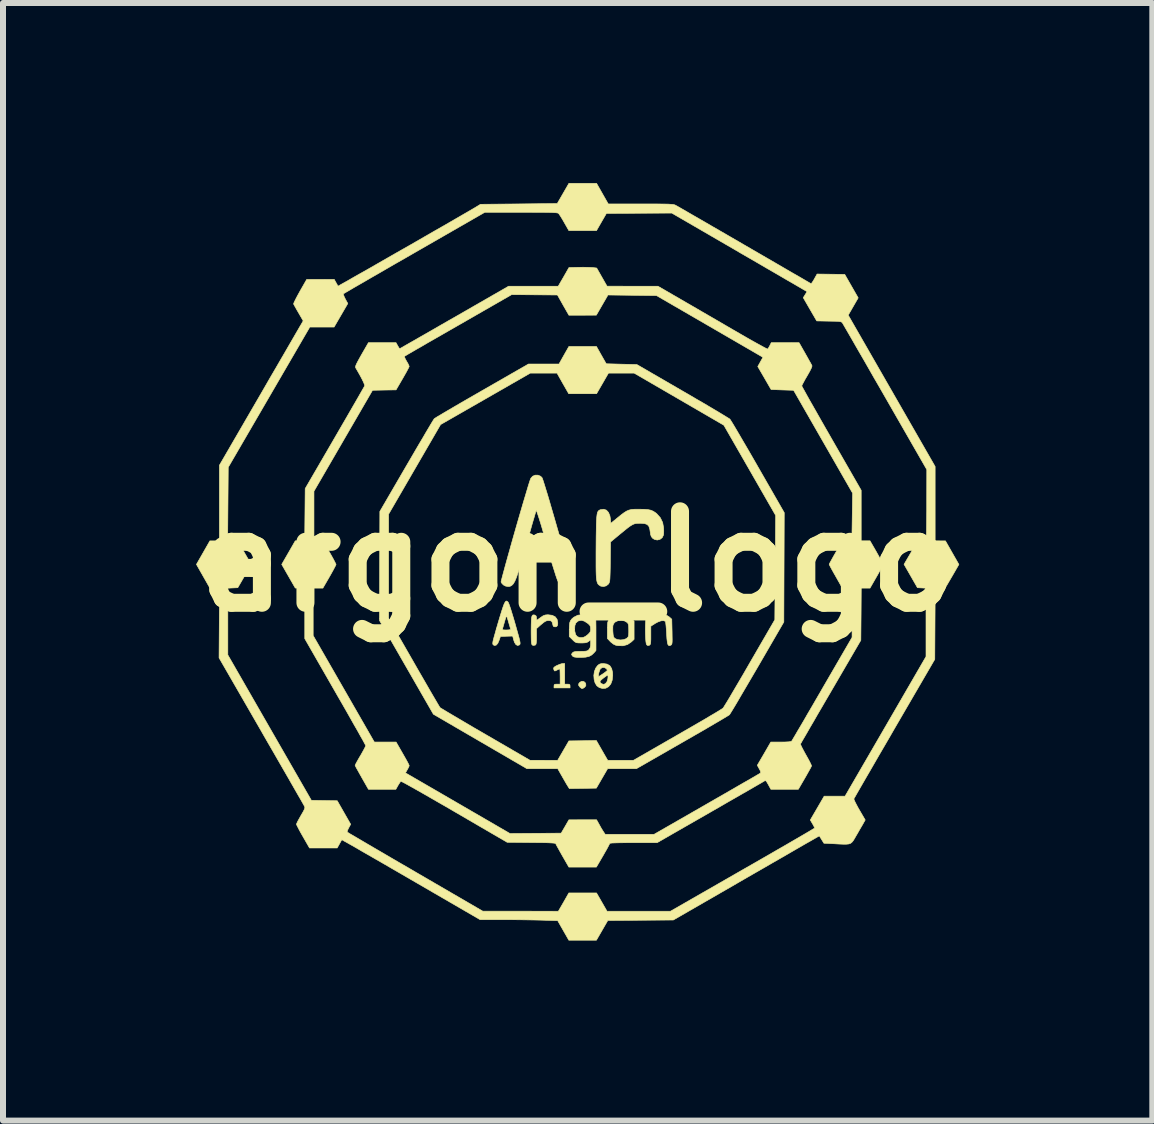
<source format=kicad_pcb>
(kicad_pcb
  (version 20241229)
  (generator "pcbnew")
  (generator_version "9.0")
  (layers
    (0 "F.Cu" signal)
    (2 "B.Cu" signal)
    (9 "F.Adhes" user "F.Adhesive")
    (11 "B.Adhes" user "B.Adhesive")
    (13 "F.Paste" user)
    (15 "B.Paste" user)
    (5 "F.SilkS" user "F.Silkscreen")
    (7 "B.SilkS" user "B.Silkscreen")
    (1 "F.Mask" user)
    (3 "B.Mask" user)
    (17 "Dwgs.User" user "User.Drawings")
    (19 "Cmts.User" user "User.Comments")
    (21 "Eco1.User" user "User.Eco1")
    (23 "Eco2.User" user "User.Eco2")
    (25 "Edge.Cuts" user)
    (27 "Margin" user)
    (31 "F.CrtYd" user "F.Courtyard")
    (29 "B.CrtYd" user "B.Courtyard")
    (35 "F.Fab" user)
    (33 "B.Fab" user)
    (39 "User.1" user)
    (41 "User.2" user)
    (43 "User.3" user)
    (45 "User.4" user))
  (footprint "argon_logo"
    (layer "F.Cu")
    (at 6.575 6.304)
    (property "Reference" "argon_logo" (at 0 0 0) (layer "F.SilkS") (effects (font (size 1.524 1.524) (thickness 0.3))))
    (attr through_hole)
    (fp_poly (pts (xy 0.104 2.002) (xy 0.129 2.025) (xy 0.135 2.041) (xy 0.136 2.071) (xy 0.117 2.096) (xy 0.115 2.098) (xy 0.086 2.117) (xy 0.065 2.117) (xy 0.041 2.098) (xy 0.038 2.095) (xy 0.016 2.065) (xy 0.018 2.037) (xy 0.038 2.013) (xy 0.071 1.997) (xy 0.104 2.002)) (stroke (width 0.01) (type solid)) (fill yes) (layer "F.SilkS"))
    (fp_poly (pts (xy -0.216 2.045) (xy -0.171 2.045) (xy -0.141 2.047) (xy -0.129 2.058) (xy -0.127 2.076) (xy -0.127 2.108) (xy -0.394 2.108) (xy -0.394 2.076) (xy -0.391 2.056) (xy -0.378 2.047) (xy -0.347 2.045) (xy -0.343 2.045) (xy -0.292 2.045) (xy -0.292 1.918) (xy -0.293 1.864) (xy -0.294 1.822) (xy -0.297 1.796) (xy -0.299 1.791) (xy -0.314 1.796) (xy -0.341 1.809) (xy -0.345 1.811) (xy -0.373 1.824) (xy -0.387 1.824) (xy -0.395 1.807) (xy -0.399 1.794) (xy -0.401 1.777) (xy -0.391 1.762) (xy -0.364 1.744) (xy -0.344 1.734) (xy -0.302 1.716) (xy -0.265 1.704) (xy -0.248 1.702) (xy -0.216 1.702) (xy -0.216 2.045)) (stroke (width 0.01) (type solid)) (fill yes) (layer "F.SilkS"))
    (fp_poly (pts (xy -0.425 0.898) (xy -0.374 0.923) (xy -0.343 0.964) (xy -0.332 1.02) (xy -0.332 1.043) (xy -0.339 1.073) (xy -0.355 1.087) (xy -0.371 1.09) (xy -0.397 1.088) (xy -0.41 1.071) (xy -0.413 1.058) (xy -0.423 1.02) (xy -0.432 1.001) (xy -0.447 0.991) (xy -0.465 0.987) (xy -0.497 0.985) (xy -0.528 0.993) (xy -0.563 1.014) (xy -0.608 1.051) (xy -0.619 1.06) (xy -0.686 1.12) (xy -0.686 1.251) (xy -0.686 1.312) (xy -0.689 1.352) (xy -0.693 1.377) (xy -0.701 1.39) (xy -0.708 1.395) (xy -0.741 1.4) (xy -0.753 1.395) (xy -0.761 1.389) (xy -0.766 1.376) (xy -0.77 1.354) (xy -0.773 1.319) (xy -0.774 1.268) (xy -0.775 1.197) (xy -0.775 1.15) (xy -0.774 1.06) (xy -0.772 0.992) (xy -0.769 0.944) (xy -0.762 0.913) (xy -0.752 0.896) (xy -0.737 0.891) (xy -0.718 0.893) (xy -0.712 0.895) (xy -0.691 0.911) (xy -0.686 0.941) (xy -0.684 0.967) (xy -0.68 0.978) (xy -0.667 0.971) (xy -0.641 0.952) (xy -0.615 0.933) (xy -0.575 0.906) (xy -0.54 0.893) (xy -0.499 0.889) (xy -0.494 0.889) (xy -0.425 0.898)) (stroke (width 0.01) (type solid)) (fill yes) (layer "F.SilkS"))
    (fp_poly (pts (xy 1.488 0.901) (xy 1.527 0.926) (xy 1.568 0.963) (xy 1.573 1.173) (xy 1.574 1.25) (xy 1.575 1.306) (xy 1.574 1.344) (xy 1.571 1.369) (xy 1.566 1.383) (xy 1.558 1.392) (xy 1.552 1.396) (xy 1.531 1.404) (xy 1.514 1.399) (xy 1.502 1.381) (xy 1.494 1.345) (xy 1.487 1.29) (xy 1.482 1.213) (xy 1.481 1.192) (xy 1.477 1.126) (xy 1.472 1.069) (xy 1.467 1.026) (xy 1.463 1.002) (xy 1.461 0.999) (xy 1.432 0.987) (xy 1.389 0.99) (xy 1.337 1.009) (xy 1.292 1.033) (xy 1.219 1.08) (xy 1.219 1.232) (xy 1.219 1.297) (xy 1.217 1.341) (xy 1.214 1.369) (xy 1.208 1.385) (xy 1.199 1.394) (xy 1.195 1.397) (xy 1.169 1.402) (xy 1.15 1.39) (xy 1.142 1.369) (xy 1.136 1.329) (xy 1.132 1.274) (xy 1.129 1.209) (xy 1.128 1.14) (xy 1.129 1.071) (xy 1.132 1.007) (xy 1.136 0.955) (xy 1.142 0.918) (xy 1.149 0.902) (xy 1.178 0.89) (xy 1.203 0.9) (xy 1.217 0.929) (xy 1.217 0.931) (xy 1.221 0.966) (xy 1.288 0.928) (xy 1.361 0.896) (xy 1.428 0.887) (xy 1.488 0.901)) (stroke (width 0.01) (type solid)) (fill yes) (layer "F.SilkS"))
    (fp_poly (pts (xy 0.49 1.711) (xy 0.536 1.738) (xy 0.566 1.785) (xy 0.582 1.851) (xy 0.584 1.901) (xy 0.575 1.98) (xy 0.552 2.042) (xy 0.515 2.087) (xy 0.468 2.113) (xy 0.412 2.117) (xy 0.36 2.102) (xy 0.319 2.072) (xy 0.29 2.024) (xy 0.287 2.014) (xy 0.373 2.014) (xy 0.389 2.032) (xy 0.395 2.036) (xy 0.43 2.049) (xy 0.462 2.038) (xy 0.488 2.004) (xy 0.491 1.997) (xy 0.502 1.959) (xy 0.506 1.925) (xy 0.506 1.922) (xy 0.502 1.891) (xy 0.435 1.939) (xy 0.394 1.972) (xy 0.374 1.995) (xy 0.373 2.014) (xy 0.287 2.014) (xy 0.274 1.965) (xy 0.27 1.91) (xy 0.346 1.91) (xy 0.349 1.918) (xy 0.363 1.911) (xy 0.391 1.893) (xy 0.426 1.87) (xy 0.461 1.845) (xy 0.486 1.824) (xy 0.495 1.814) (xy 0.487 1.799) (xy 0.475 1.785) (xy 0.442 1.767) (xy 0.407 1.77) (xy 0.378 1.791) (xy 0.376 1.794) (xy 0.365 1.82) (xy 0.354 1.853) (xy 0.347 1.886) (xy 0.346 1.91) (xy 0.27 1.91) (xy 0.269 1.901) (xy 0.278 1.837) (xy 0.3 1.779) (xy 0.33 1.738) (xy 0.359 1.714) (xy 0.39 1.704) (xy 0.428 1.702) (xy 0.49 1.711)) (stroke (width 0.01) (type solid)) (fill yes) (layer "F.SilkS"))
    (fp_poly (pts (xy 0.782 0.892) (xy 0.826 0.903) (xy 0.865 0.927) (xy 0.899 0.957) (xy 0.94 0.996) (xy 0.94 1.299) (xy 0.895 1.341) (xy 0.831 1.385) (xy 0.757 1.406) (xy 0.672 1.404) (xy 0.635 1.397) (xy 0.595 1.378) (xy 0.553 1.345) (xy 0.543 1.335) (xy 0.495 1.284) (xy 0.495 1.144) (xy 0.496 1.107) (xy 0.585 1.107) (xy 0.586 1.16) (xy 0.59 1.212) (xy 0.595 1.246) (xy 0.604 1.267) (xy 0.62 1.283) (xy 0.621 1.284) (xy 0.66 1.302) (xy 0.712 1.309) (xy 0.765 1.304) (xy 0.81 1.287) (xy 0.817 1.282) (xy 0.834 1.267) (xy 0.844 1.251) (xy 0.849 1.226) (xy 0.851 1.186) (xy 0.851 1.149) (xy 0.85 1.094) (xy 0.847 1.059) (xy 0.839 1.036) (xy 0.827 1.02) (xy 0.825 1.018) (xy 0.781 0.992) (xy 0.728 0.982) (xy 0.674 0.987) (xy 0.628 1.008) (xy 0.608 1.027) (xy 0.595 1.048) (xy 0.587 1.072) (xy 0.585 1.107) (xy 0.496 1.107) (xy 0.496 1.082) (xy 0.498 1.04) (xy 0.502 1.011) (xy 0.51 0.991) (xy 0.522 0.973) (xy 0.527 0.968) (xy 0.578 0.923) (xy 0.642 0.897) (xy 0.722 0.889) (xy 0.723 0.889) (xy 0.782 0.892)) (stroke (width 0.01) (type solid)) (fill yes) (layer "F.SilkS"))
    (fp_poly (pts (xy -1.172 0.666) (xy -1.158 0.68) (xy -1.149 0.699) (xy -1.134 0.739) (xy -1.115 0.796) (xy -1.093 0.868) (xy -1.068 0.95) (xy -1.042 1.039) (xy -1.042 1.04) (xy -1.014 1.139) (xy -0.992 1.217) (xy -0.976 1.275) (xy -0.966 1.318) (xy -0.96 1.348) (xy -0.959 1.368) (xy -0.961 1.38) (xy -0.966 1.387) (xy -0.971 1.392) (xy -1.001 1.401) (xy -1.028 1.387) (xy -1.052 1.35) (xy -1.066 1.309) (xy -1.083 1.244) (xy -1.185 1.247) (xy -1.287 1.251) (xy -1.308 1.313) (xy -1.331 1.366) (xy -1.357 1.395) (xy -1.386 1.401) (xy -1.404 1.392) (xy -1.41 1.386) (xy -1.414 1.377) (xy -1.415 1.364) (xy -1.413 1.342) (xy -1.406 1.309) (xy -1.394 1.263) (xy -1.376 1.2) (xy -1.355 1.124) (xy -1.253 1.124) (xy -1.252 1.135) (xy -1.237 1.141) (xy -1.201 1.143) (xy -1.189 1.143) (xy -1.15 1.141) (xy -1.124 1.137) (xy -1.118 1.133) (xy -1.121 1.117) (xy -1.13 1.084) (xy -1.143 1.041) (xy -1.156 0.995) (xy -1.169 0.952) (xy -1.18 0.921) (xy -1.185 0.906) (xy -1.185 0.906) (xy -1.19 0.915) (xy -1.2 0.944) (xy -1.213 0.986) (xy -1.218 1.004) (xy -1.232 1.053) (xy -1.244 1.095) (xy -1.252 1.121) (xy -1.253 1.124) (xy -1.355 1.124) (xy -1.353 1.118) (xy -1.327 1.028) (xy -1.294 0.918) (xy -1.267 0.83) (xy -1.245 0.763) (xy -1.227 0.714) (xy -1.211 0.682) (xy -1.198 0.665) (xy -1.185 0.66) (xy -1.172 0.666)) (stroke (width 0.01) (type solid)) (fill yes) (layer "F.SilkS"))
    (fp_poly (pts (xy 0.479 -0.854) (xy 0.513 -0.817) (xy 0.537 -0.76) (xy 0.545 -0.712) (xy 0.552 -0.635) (xy 0.654 -0.718) (xy 0.72 -0.772) (xy 0.772 -0.811) (xy 0.815 -0.838) (xy 0.855 -0.855) (xy 0.898 -0.865) (xy 0.949 -0.869) (xy 1.013 -0.869) (xy 1.029 -0.869) (xy 1.11 -0.868) (xy 1.171 -0.863) (xy 1.219 -0.853) (xy 1.259 -0.836) (xy 1.296 -0.812) (xy 1.318 -0.794) (xy 1.377 -0.728) (xy 1.416 -0.648) (xy 1.432 -0.559) (xy 1.434 -0.509) (xy 1.433 -0.466) (xy 1.43 -0.44) (xy 1.408 -0.395) (xy 1.371 -0.367) (xy 1.325 -0.356) (xy 1.279 -0.367) (xy 1.25 -0.385) (xy 1.227 -0.413) (xy 1.214 -0.451) (xy 1.211 -0.477) (xy 1.201 -0.542) (xy 1.185 -0.587) (xy 1.158 -0.615) (xy 1.116 -0.63) (xy 1.054 -0.635) (xy 1.031 -0.635) (xy 0.995 -0.634) (xy 0.964 -0.631) (xy 0.935 -0.622) (xy 0.904 -0.607) (xy 0.866 -0.583) (xy 0.82 -0.548) (xy 0.761 -0.5) (xy 0.701 -0.451) (xy 0.548 -0.324) (xy 0.544 0.009) (xy 0.543 0.11) (xy 0.541 0.188) (xy 0.539 0.248) (xy 0.537 0.292) (xy 0.534 0.323) (xy 0.529 0.345) (xy 0.523 0.36) (xy 0.516 0.373) (xy 0.513 0.377) (xy 0.476 0.407) (xy 0.431 0.419) (xy 0.384 0.412) (xy 0.351 0.39) (xy 0.339 0.377) (xy 0.33 0.361) (xy 0.323 0.341) (xy 0.317 0.313) (xy 0.312 0.275) (xy 0.309 0.226) (xy 0.307 0.162) (xy 0.306 0.082) (xy 0.306 -0.016) (xy 0.306 -0.136) (xy 0.307 -0.278) (xy 0.307 -0.279) (xy 0.308 -0.413) (xy 0.31 -0.524) (xy 0.311 -0.613) (xy 0.314 -0.685) (xy 0.318 -0.74) (xy 0.323 -0.781) (xy 0.329 -0.811) (xy 0.338 -0.831) (xy 0.349 -0.845) (xy 0.362 -0.854) (xy 0.378 -0.861) (xy 0.382 -0.862) (xy 0.434 -0.869) (xy 0.479 -0.854)) (stroke (width 0.01) (type solid)) (fill yes) (layer "F.SilkS"))
    (fp_poly (pts (xy 0.133 0.901) (xy 0.17 0.92) (xy 0.201 0.938) (xy 0.215 0.939) (xy 0.216 0.935) (xy 0.227 0.909) (xy 0.252 0.895) (xy 0.279 0.895) (xy 0.287 0.899) (xy 0.293 0.906) (xy 0.298 0.919) (xy 0.301 0.942) (xy 0.303 0.977) (xy 0.304 1.029) (xy 0.305 1.099) (xy 0.305 1.192) (xy 0.305 1.194) (xy 0.305 1.484) (xy 0.273 1.522) (xy 0.235 1.558) (xy 0.189 1.583) (xy 0.131 1.596) (xy 0.054 1.6) (xy 0.047 1.6) (xy -0.013 1.599) (xy -0.052 1.594) (xy -0.075 1.586) (xy -0.082 1.58) (xy -0.098 1.56) (xy -0.102 1.549) (xy -0.094 1.533) (xy -0.082 1.519) (xy -0.064 1.508) (xy -0.033 1.502) (xy 0.015 1.499) (xy 0.049 1.499) (xy 0.104 1.498) (xy 0.14 1.495) (xy 0.163 1.489) (xy 0.18 1.477) (xy 0.188 1.469) (xy 0.206 1.442) (xy 0.215 1.405) (xy 0.216 1.373) (xy 0.216 1.306) (xy 0.182 1.333) (xy 0.158 1.348) (xy 0.126 1.356) (xy 0.079 1.359) (xy 0.059 1.359) (xy 0.011 1.358) (xy -0.02 1.354) (xy -0.043 1.343) (xy -0.069 1.322) (xy -0.085 1.305) (xy -0.14 1.252) (xy -0.14 1.141) (xy -0.14 1.134) (xy -0.05 1.134) (xy -0.048 1.163) (xy -0.035 1.218) (xy -0.009 1.252) (xy 0.031 1.268) (xy 0.057 1.27) (xy 0.095 1.266) (xy 0.129 1.25) (xy 0.163 1.225) (xy 0.194 1.195) (xy 0.21 1.171) (xy 0.216 1.141) (xy 0.216 1.125) (xy 0.213 1.09) (xy 0.202 1.065) (xy 0.176 1.039) (xy 0.166 1.031) (xy 0.11 0.995) (xy 0.061 0.982) (xy 0.015 0.991) (xy 0.001 0.998) (xy -0.031 1.028) (xy -0.047 1.072) (xy -0.05 1.134) (xy -0.14 1.134) (xy -0.138 1.073) (xy -0.133 1.024) (xy -0.12 0.989) (xy -0.099 0.96) (xy -0.068 0.933) (xy -0.062 0.929) (xy 0.001 0.897) (xy 0.068 0.887) (xy 0.133 0.901)) (stroke (width 0.01) (type solid)) (fill yes) (layer "F.SilkS"))
    (fp_poly (pts (xy -0.618 -1.419) (xy -0.594 -1.396) (xy -0.587 -1.379) (xy -0.573 -1.339) (xy -0.554 -1.279) (xy -0.53 -1.201) (xy -0.501 -1.107) (xy -0.469 -0.999) (xy -0.434 -0.878) (xy -0.396 -0.748) (xy -0.356 -0.609) (xy -0.331 -0.522) (xy -0.281 -0.348) (xy -0.239 -0.197) (xy -0.202 -0.067) (xy -0.172 0.042) (xy -0.148 0.132) (xy -0.129 0.205) (xy -0.115 0.262) (xy -0.106 0.303) (xy -0.102 0.331) (xy -0.101 0.347) (xy -0.102 0.349) (xy -0.129 0.389) (xy -0.169 0.413) (xy -0.217 0.418) (xy -0.264 0.403) (xy -0.291 0.384) (xy -0.309 0.363) (xy -0.327 0.333) (xy -0.345 0.29) (xy -0.366 0.229) (xy -0.381 0.181) (xy -0.434 0.013) (xy -0.939 0.013) (xy -0.991 0.18) (xy -1.02 0.266) (xy -1.046 0.329) (xy -1.072 0.374) (xy -1.099 0.401) (xy -1.129 0.416) (xy -1.159 0.419) (xy -1.202 0.411) (xy -1.236 0.393) (xy -1.261 0.368) (xy -1.276 0.344) (xy -1.274 0.329) (xy -1.265 0.292) (xy -1.25 0.235) (xy -1.23 0.161) (xy -1.206 0.072) (xy -1.178 -0.029) (xy -1.147 -0.14) (xy -1.118 -0.242) (xy -0.864 -0.242) (xy -0.851 -0.236) (xy -0.815 -0.232) (xy -0.754 -0.229) (xy -0.686 -0.229) (xy -0.611 -0.229) (xy -0.559 -0.231) (xy -0.526 -0.235) (xy -0.511 -0.24) (xy -0.509 -0.244) (xy -0.512 -0.265) (xy -0.522 -0.304) (xy -0.536 -0.357) (xy -0.554 -0.421) (xy -0.575 -0.492) (xy -0.596 -0.565) (xy -0.618 -0.638) (xy -0.639 -0.705) (xy -0.658 -0.764) (xy -0.674 -0.811) (xy -0.685 -0.841) (xy -0.69 -0.851) (xy -0.69 -0.851) (xy -0.698 -0.828) (xy -0.71 -0.787) (xy -0.726 -0.731) (xy -0.746 -0.665) (xy -0.767 -0.592) (xy -0.788 -0.516) (xy -0.809 -0.442) (xy -0.828 -0.375) (xy -0.844 -0.317) (xy -0.856 -0.273) (xy -0.863 -0.247) (xy -0.864 -0.242) (xy -1.118 -0.242) (xy -1.114 -0.258) (xy -1.079 -0.382) (xy -1.043 -0.508) (xy -1.007 -0.634) (xy -0.971 -0.758) (xy -0.936 -0.878) (xy -0.903 -0.991) (xy -0.872 -1.094) (xy -0.845 -1.185) (xy -0.822 -1.262) (xy -0.803 -1.323) (xy -0.789 -1.364) (xy -0.781 -1.384) (xy -0.75 -1.419) (xy -0.708 -1.437) (xy -0.661 -1.437) (xy -0.618 -1.419)) (stroke (width 0.01) (type solid)) (fill yes) (layer "F.SilkS"))
    (fp_poly (pts (xy 0.394 -3.437) (xy 0.476 -3.293) (xy 0.731 -3.286) (xy 0.986 -3.28) (xy 1.747 -2.839) (xy 1.875 -2.765) (xy 1.997 -2.693) (xy 2.112 -2.627) (xy 2.216 -2.565) (xy 2.309 -2.51) (xy 2.389 -2.462) (xy 2.453 -2.423) (xy 2.5 -2.394) (xy 2.529 -2.376) (xy 2.536 -2.371) (xy 2.547 -2.355) (xy 2.569 -2.32) (xy 2.602 -2.266) (xy 2.644 -2.195) (xy 2.694 -2.11) (xy 2.751 -2.012) (xy 2.815 -1.903) (xy 2.883 -1.786) (xy 2.955 -1.661) (xy 3.003 -1.577) (xy 3.442 -0.812) (xy 3.435 1.01) (xy 2.993 1.772) (xy 2.918 1.9) (xy 2.847 2.021) (xy 2.78 2.135) (xy 2.719 2.239) (xy 2.665 2.332) (xy 2.618 2.411) (xy 2.58 2.474) (xy 2.551 2.521) (xy 2.534 2.548) (xy 2.529 2.555) (xy 2.515 2.565) (xy 2.48 2.586) (xy 2.427 2.618) (xy 2.358 2.659) (xy 2.274 2.708) (xy 2.177 2.765) (xy 2.069 2.828) (xy 1.952 2.895) (xy 1.827 2.967) (xy 1.743 3.015) (xy 0.978 3.454) (xy 0.499 3.454) (xy 0.405 3.616) (xy 0.311 3.778) (xy 0.086 3.782) (xy -0.139 3.785) (xy -0.169 3.737) (xy -0.188 3.706) (xy -0.215 3.659) (xy -0.246 3.605) (xy -0.265 3.572) (xy -0.332 3.454) (xy -0.588 3.454) (xy -0.845 3.454) (xy -2.404 2.546) (xy -3.302 0.984) (xy -3.296 -0.787) (xy -3.15 -0.787) (xy -3.15 0.953) (xy -2.729 1.686) (xy -2.657 1.812) (xy -2.588 1.931) (xy -2.524 2.042) (xy -2.466 2.143) (xy -2.414 2.232) (xy -2.37 2.307) (xy -2.335 2.367) (xy -2.31 2.409) (xy -2.296 2.432) (xy -2.293 2.436) (xy -2.28 2.445) (xy -2.246 2.465) (xy -2.195 2.496) (xy -2.126 2.537) (xy -2.043 2.586) (xy -1.948 2.642) (xy -1.841 2.705) (xy -1.726 2.773) (xy -1.603 2.844) (xy -1.536 2.883) (xy -0.794 3.314) (xy -0.564 3.314) (xy -0.334 3.315) (xy -0.24 3.153) (xy -0.146 2.991) (xy 0.083 2.988) (xy 0.311 2.984) (xy 0.406 3.15) (xy 0.501 3.315) (xy 0.928 3.315) (xy 1.661 2.894) (xy 1.787 2.821) (xy 1.907 2.752) (xy 2.019 2.687) (xy 2.121 2.628) (xy 2.211 2.574) (xy 2.288 2.529) (xy 2.349 2.492) (xy 2.392 2.465) (xy 2.417 2.449) (xy 2.421 2.446) (xy 2.432 2.431) (xy 2.454 2.395) (xy 2.487 2.342) (xy 2.529 2.272) (xy 2.579 2.187) (xy 2.636 2.09) (xy 2.699 1.983) (xy 2.767 1.867) (xy 2.838 1.744) (xy 2.866 1.695) (xy 3.285 0.972) (xy 3.292 0.103) (xy 3.299 -0.766) (xy 2.868 -1.517) (xy 2.436 -2.269) (xy 1.689 -2.703) (xy 0.941 -3.137) (xy 0.513 -3.137) (xy 0.414 -2.965) (xy 0.315 -2.794) (xy 0.083 -2.794) (xy -0.149 -2.794) (xy -0.247 -2.965) (xy -0.344 -3.137) (xy -0.567 -3.137) (xy -0.79 -3.137) (xy -1.537 -2.708) (xy -2.284 -2.28) (xy -3.15 -0.787) (xy -3.296 -0.787) (xy -3.296 -0.832) (xy -2.853 -1.594) (xy -2.778 -1.722) (xy -2.707 -1.844) (xy -2.641 -1.957) (xy -2.579 -2.061) (xy -2.525 -2.154) (xy -2.478 -2.233) (xy -2.44 -2.297) (xy -2.412 -2.343) (xy -2.394 -2.371) (xy -2.389 -2.378) (xy -2.375 -2.387) (xy -2.341 -2.409) (xy -2.288 -2.44) (xy -2.218 -2.482) (xy -2.134 -2.531) (xy -2.037 -2.588) (xy -1.929 -2.651) (xy -1.811 -2.719) (xy -1.686 -2.791) (xy -1.594 -2.844) (xy -0.819 -3.289) (xy -0.565 -3.289) (xy -0.311 -3.289) (xy -0.229 -3.435) (xy -0.146 -3.581) (xy 0.083 -3.581) (xy 0.313 -3.581) (xy 0.394 -3.437)) (stroke (width 0.01) (type solid)) (fill yes) (layer "F.SilkS"))
    (fp_poly (pts (xy 0.156 -4.9) (xy 0.212 -4.898) (xy 0.251 -4.896) (xy 0.317 -4.888) (xy 0.403 -4.737) (xy 0.489 -4.586) (xy 0.913 -4.585) (xy 1.338 -4.585) (xy 1.72 -4.364) (xy 1.816 -4.308) (xy 1.929 -4.243) (xy 2.054 -4.17) (xy 2.187 -4.093) (xy 2.323 -4.014) (xy 2.457 -3.936) (xy 2.584 -3.862) (xy 2.628 -3.837) (xy 2.733 -3.776) (xy 2.832 -3.719) (xy 2.922 -3.668) (xy 3.001 -3.624) (xy 3.067 -3.588) (xy 3.118 -3.56) (xy 3.151 -3.544) (xy 3.164 -3.538) (xy 3.165 -3.538) (xy 3.177 -3.553) (xy 3.194 -3.582) (xy 3.201 -3.595) (xy 3.226 -3.645) (xy 3.458 -3.645) (xy 3.689 -3.644) (xy 3.791 -3.465) (xy 3.826 -3.403) (xy 3.857 -3.347) (xy 3.882 -3.303) (xy 3.898 -3.273) (xy 3.903 -3.265) (xy 3.903 -3.247) (xy 3.891 -3.216) (xy 3.867 -3.168) (xy 3.829 -3.101) (xy 3.824 -3.092) (xy 3.791 -3.036) (xy 3.764 -2.986) (xy 3.744 -2.949) (xy 3.735 -2.927) (xy 3.734 -2.925) (xy 3.74 -2.911) (xy 3.758 -2.878) (xy 3.787 -2.826) (xy 3.825 -2.757) (xy 3.872 -2.673) (xy 3.928 -2.575) (xy 3.99 -2.466) (xy 4.058 -2.346) (xy 4.131 -2.218) (xy 4.208 -2.084) (xy 4.229 -2.047) (xy 4.724 -1.185) (xy 4.724 -0.343) (xy 4.871 -0.343) (xy 4.979 -0.156) (xy 5.014 -0.093) (xy 5.045 -0.036) (xy 5.069 0.009) (xy 5.083 0.04) (xy 5.086 0.051) (xy 5.08 0.068) (xy 5.063 0.103) (xy 5.038 0.151) (xy 5.006 0.21) (xy 4.979 0.257) (xy 4.871 0.445) (xy 4.725 0.445) (xy 4.722 0.879) (xy 4.718 1.314) (xy 4.218 2.172) (xy 4.139 2.307) (xy 4.064 2.436) (xy 3.993 2.557) (xy 3.929 2.669) (xy 3.87 2.769) (xy 3.82 2.857) (xy 3.778 2.929) (xy 3.745 2.985) (xy 3.724 3.023) (xy 3.713 3.041) (xy 3.713 3.043) (xy 3.717 3.058) (xy 3.732 3.091) (xy 3.756 3.137) (xy 3.786 3.193) (xy 3.804 3.225) (xy 3.837 3.284) (xy 3.865 3.336) (xy 3.885 3.377) (xy 3.896 3.403) (xy 3.896 3.409) (xy 3.889 3.425) (xy 3.871 3.459) (xy 3.844 3.507) (xy 3.812 3.564) (xy 3.785 3.611) (xy 3.677 3.797) (xy 3.219 3.797) (xy 3.177 3.72) (xy 3.154 3.68) (xy 3.139 3.659) (xy 3.126 3.653) (xy 3.113 3.658) (xy 3.107 3.661) (xy 3.092 3.67) (xy 3.057 3.691) (xy 3.003 3.722) (xy 2.932 3.763) (xy 2.846 3.813) (xy 2.746 3.87) (xy 2.635 3.934) (xy 2.514 4.003) (xy 2.385 4.078) (xy 2.249 4.156) (xy 2.202 4.183) (xy 1.325 4.686) (xy 0.929 4.686) (xy 0.804 4.687) (xy 0.704 4.688) (xy 0.628 4.69) (xy 0.574 4.692) (xy 0.543 4.696) (xy 0.533 4.7) (xy 0.527 4.715) (xy 0.51 4.748) (xy 0.485 4.795) (xy 0.452 4.852) (xy 0.423 4.903) (xy 0.312 5.093) (xy -0.147 5.093) (xy -0.255 4.905) (xy -0.29 4.843) (xy -0.321 4.787) (xy -0.346 4.742) (xy -0.361 4.713) (xy -0.366 4.703) (xy -0.374 4.698) (xy -0.396 4.694) (xy -0.435 4.691) (xy -0.492 4.688) (xy -0.568 4.686) (xy -0.667 4.685) (xy -0.772 4.684) (xy -1.175 4.68) (xy -2.054 4.168) (xy -2.191 4.088) (xy -2.322 4.013) (xy -2.445 3.942) (xy -2.558 3.877) (xy -2.66 3.819) (xy -2.749 3.769) (xy -2.824 3.727) (xy -2.882 3.695) (xy -2.923 3.674) (xy -2.943 3.664) (xy -2.946 3.664) (xy -2.958 3.678) (xy -2.978 3.708) (xy -2.994 3.734) (xy -3.029 3.797) (xy -3.486 3.797) (xy -3.597 3.602) (xy -3.633 3.538) (xy -3.664 3.482) (xy -3.689 3.438) (xy -3.704 3.408) (xy -3.708 3.398) (xy -3.702 3.384) (xy -3.686 3.353) (xy -3.661 3.308) (xy -3.63 3.254) (xy -3.619 3.237) (xy -3.587 3.18) (xy -3.56 3.131) (xy -3.541 3.094) (xy -3.531 3.073) (xy -3.531 3.071) (xy -3.537 3.058) (xy -3.555 3.024) (xy -3.583 2.972) (xy -3.622 2.904) (xy -3.669 2.819) (xy -3.725 2.722) (xy -3.787 2.612) (xy -3.855 2.492) (xy -3.929 2.363) (xy -4.007 2.228) (xy -4.039 2.172) (xy -4.547 1.287) (xy -4.547 0.445) (xy -4.407 0.445) (xy -4.407 1.236) (xy -3.388 3.01) (xy -3.025 3.01) (xy -2.916 3.2) (xy -2.88 3.263) (xy -2.849 3.318) (xy -2.825 3.363) (xy -2.811 3.392) (xy -2.807 3.402) (xy -2.812 3.419) (xy -2.827 3.449) (xy -2.838 3.469) (xy -2.869 3.524) (xy -1.998 4.029) (xy -1.128 4.534) (xy -0.701 4.531) (xy -0.275 4.528) (xy -0.21 4.417) (xy -0.146 4.306) (xy 0.085 4.305) (xy 0.315 4.305) (xy 0.363 4.391) (xy 0.389 4.438) (xy 0.415 4.481) (xy 0.434 4.51) (xy 0.435 4.512) (xy 0.459 4.547) (xy 1.274 4.547) (xy 2.152 4.043) (xy 2.289 3.964) (xy 2.42 3.889) (xy 2.543 3.818) (xy 2.657 3.752) (xy 2.759 3.693) (xy 2.849 3.642) (xy 2.923 3.599) (xy 2.981 3.565) (xy 3.022 3.541) (xy 3.042 3.529) (xy 3.044 3.528) (xy 3.05 3.514) (xy 3.043 3.489) (xy 3.026 3.457) (xy 2.993 3.397) (xy 3.106 3.204) (xy 3.218 3.01) (xy 3.386 3.01) (xy 3.463 3.009) (xy 3.518 3.006) (xy 3.551 3.001) (xy 3.566 2.994) (xy 3.574 2.981) (xy 3.594 2.947) (xy 3.625 2.895) (xy 3.665 2.826) (xy 3.715 2.742) (xy 3.772 2.645) (xy 3.835 2.535) (xy 3.905 2.416) (xy 3.979 2.288) (xy 4.057 2.154) (xy 4.075 2.122) (xy 4.572 1.266) (xy 4.572 0.855) (xy 4.572 0.445) (xy 4.41 0.445) (xy 4.301 0.252) (xy 4.265 0.189) (xy 4.234 0.133) (xy 4.21 0.089) (xy 4.195 0.059) (xy 4.191 0.049) (xy 4.197 0.035) (xy 4.214 0.003) (xy 4.24 -0.044) (xy 4.272 -0.101) (xy 4.302 -0.153) (xy 4.412 -0.343) (xy 4.49 -0.343) (xy 4.569 -0.343) (xy 4.581 -1.137) (xy 3.598 -2.851) (xy 3.411 -2.857) (xy 3.223 -2.864) (xy 3.112 -3.056) (xy 3.001 -3.247) (xy 3.044 -3.324) (xy 3.087 -3.401) (xy 2.201 -3.915) (xy 1.314 -4.429) (xy 0.91 -4.434) (xy 0.505 -4.439) (xy 0.408 -4.271) (xy 0.311 -4.103) (xy 0.083 -4.102) (xy -0.146 -4.102) (xy -0.242 -4.27) (xy -0.337 -4.439) (xy -0.719 -4.442) (xy -1.1 -4.445) (xy -1.988 -3.935) (xy -2.126 -3.856) (xy -2.258 -3.78) (xy -2.382 -3.709) (xy -2.496 -3.644) (xy -2.598 -3.584) (xy -2.688 -3.533) (xy -2.763 -3.489) (xy -2.822 -3.455) (xy -2.862 -3.431) (xy -2.883 -3.419) (xy -2.886 -3.417) (xy -2.884 -3.403) (xy -2.872 -3.374) (xy -2.851 -3.336) (xy -2.851 -3.336) (xy -2.828 -3.297) (xy -2.813 -3.265) (xy -2.807 -3.249) (xy -2.813 -3.234) (xy -2.83 -3.201) (xy -2.855 -3.154) (xy -2.888 -3.096) (xy -2.916 -3.047) (xy -3.026 -2.858) (xy -3.222 -2.855) (xy -3.418 -2.851) (xy -3.906 -2.01) (xy -4.394 -1.169) (xy -4.394 -0.343) (xy -4.244 -0.343) (xy -4.135 -0.153) (xy -4.099 -0.09) (xy -4.068 -0.034) (xy -4.045 0.011) (xy -4.03 0.041) (xy -4.026 0.051) (xy -4.032 0.066) (xy -4.049 0.099) (xy -4.074 0.146) (xy -4.106 0.204) (xy -4.135 0.255) (xy -4.245 0.445) (xy -4.407 0.445) (xy -4.547 0.445) (xy -4.705 0.444) (xy -4.818 0.247) (xy -4.931 0.05) (xy -4.818 -0.146) (xy -4.705 -0.343) (xy -4.548 -0.343) (xy -4.54 -1.213) (xy -4.048 -2.059) (xy -3.97 -2.194) (xy -3.895 -2.323) (xy -3.825 -2.444) (xy -3.761 -2.555) (xy -3.703 -2.655) (xy -3.653 -2.742) (xy -3.612 -2.814) (xy -3.58 -2.87) (xy -3.558 -2.908) (xy -3.549 -2.925) (xy -3.548 -2.926) (xy -3.552 -2.945) (xy -3.566 -2.981) (xy -3.59 -3.031) (xy -3.622 -3.092) (xy -3.66 -3.159) (xy -3.7 -3.228) (xy -3.702 -3.24) (xy -3.697 -3.262) (xy -3.683 -3.295) (xy -3.658 -3.343) (xy -3.622 -3.408) (xy -3.6 -3.447) (xy -3.486 -3.645) (xy -3.027 -3.645) (xy -2.999 -3.594) (xy -2.981 -3.564) (xy -2.969 -3.546) (xy -2.967 -3.543) (xy -2.956 -3.549) (xy -2.924 -3.567) (xy -2.874 -3.596) (xy -2.806 -3.635) (xy -2.723 -3.682) (xy -2.626 -3.738) (xy -2.517 -3.8) (xy -2.397 -3.869) (xy -2.269 -3.943) (xy -2.133 -4.021) (xy -2.057 -4.064) (xy -1.151 -4.585) (xy -0.737 -4.585) (xy -0.324 -4.585) (xy -0.234 -4.74) (xy -0.145 -4.896) (xy 0.02 -4.9) (xy 0.089 -4.901) (xy 0.156 -4.9)) (stroke (width 0.01) (type solid)) (fill yes) (layer "F.SilkS"))
    (fp_poly (pts (xy 0.412 -6.128) (xy 0.51 -5.956) (xy 1.049 -5.956) (xy 1.182 -5.956) (xy 1.292 -5.956) (xy 1.382 -5.955) (xy 1.453 -5.954) (xy 1.509 -5.953) (xy 1.551 -5.95) (xy 1.581 -5.948) (xy 1.604 -5.944) (xy 1.619 -5.94) (xy 1.629 -5.935) (xy 1.646 -5.926) (xy 1.683 -5.905) (xy 1.739 -5.873) (xy 1.812 -5.831) (xy 1.901 -5.779) (xy 2.004 -5.72) (xy 2.12 -5.653) (xy 2.247 -5.579) (xy 2.384 -5.5) (xy 2.529 -5.416) (xy 2.681 -5.328) (xy 2.775 -5.273) (xy 2.929 -5.184) (xy 3.077 -5.098) (xy 3.217 -5.017) (xy 3.348 -4.941) (xy 3.468 -4.871) (xy 3.576 -4.808) (xy 3.671 -4.754) (xy 3.75 -4.708) (xy 3.813 -4.671) (xy 3.858 -4.645) (xy 3.883 -4.63) (xy 3.888 -4.627) (xy 3.898 -4.635) (xy 3.916 -4.661) (xy 3.939 -4.698) (xy 3.943 -4.706) (xy 3.989 -4.788) (xy 4.22 -4.785) (xy 4.45 -4.782) (xy 4.674 -4.391) (xy 4.508 -4.103) (xy 5.232 -2.842) (xy 5.956 -1.581) (xy 5.956 -0.343) (xy 6.042 -0.342) (xy 6.128 -0.342) (xy 6.24 -0.145) (xy 6.352 0.051) (xy 6.24 0.245) (xy 6.127 0.438) (xy 5.957 0.446) (xy 5.95 1.632) (xy 5.279 2.785) (xy 5.188 2.943) (xy 5.1 3.094) (xy 5.016 3.238) (xy 4.938 3.373) (xy 4.866 3.498) (xy 4.8 3.611) (xy 4.743 3.71) (xy 4.694 3.795) (xy 4.655 3.863) (xy 4.626 3.914) (xy 4.608 3.945) (xy 4.602 3.956) (xy 4.606 3.972) (xy 4.621 4.006) (xy 4.645 4.053) (xy 4.675 4.109) (xy 4.693 4.14) (xy 4.791 4.308) (xy 4.765 4.354) (xy 4.749 4.383) (xy 4.723 4.427) (xy 4.691 4.482) (xy 4.657 4.542) (xy 4.65 4.553) (xy 4.619 4.607) (xy 4.595 4.648) (xy 4.572 4.677) (xy 4.548 4.697) (xy 4.517 4.708) (xy 4.476 4.712) (xy 4.422 4.712) (xy 4.349 4.709) (xy 4.283 4.705) (xy 4.103 4.696) (xy 4.065 4.635) (xy 4.027 4.573) (xy 3.858 4.67) (xy 3.822 4.69) (xy 3.766 4.722) (xy 3.692 4.765) (xy 3.602 4.817) (xy 3.497 4.878) (xy 3.379 4.946) (xy 3.25 5.02) (xy 3.112 5.1) (xy 2.967 5.183) (xy 2.816 5.27) (xy 2.662 5.359) (xy 2.642 5.371) (xy 1.594 5.975) (xy 0.502 5.983) (xy 0.312 6.312) (xy -0.147 6.312) (xy -0.24 6.149) (xy -0.333 5.986) (xy -0.619 5.977) (xy -0.715 5.975) (xy -0.828 5.973) (xy -0.952 5.971) (xy -1.077 5.97) (xy -1.198 5.969) (xy -1.266 5.969) (xy -1.626 5.969) (xy -2.777 5.301) (xy -2.934 5.21) (xy -3.084 5.123) (xy -3.227 5.04) (xy -3.361 4.963) (xy -3.484 4.892) (xy -3.596 4.828) (xy -3.693 4.771) (xy -3.776 4.724) (xy -3.843 4.686) (xy -3.892 4.659) (xy -3.921 4.642) (xy -3.93 4.638) (xy -3.937 4.65) (xy -3.953 4.678) (xy -3.97 4.709) (xy -4.007 4.775) (xy -4.468 4.775) (xy -4.577 4.585) (xy -4.613 4.522) (xy -4.644 4.465) (xy -4.667 4.42) (xy -4.682 4.39) (xy -4.686 4.379) (xy -4.679 4.362) (xy -4.663 4.328) (xy -4.638 4.283) (xy -4.611 4.235) (xy -4.579 4.18) (xy -4.559 4.142) (xy -4.548 4.116) (xy -4.546 4.098) (xy -4.55 4.083) (xy -4.553 4.077) (xy -4.562 4.062) (xy -4.582 4.026) (xy -4.613 3.971) (xy -4.655 3.899) (xy -4.706 3.81) (xy -4.765 3.707) (xy -4.832 3.59) (xy -4.906 3.462) (xy -4.986 3.323) (xy -5.071 3.175) (xy -5.161 3.02) (xy -5.254 2.858) (xy -5.272 2.826) (xy -5.975 1.607) (xy -5.967 0.445) (xy -6.128 0.444) (xy -6.24 0.247) (xy -6.352 0.05) (xy -6.24 -0.146) (xy -6.128 -0.342) (xy -6.048 -0.342) (xy -5.969 -0.343) (xy -5.969 -0.344) (xy -5.832 -0.344) (xy -5.746 -0.34) (xy -5.661 -0.337) (xy -5.55 -0.142) (xy -5.438 0.053) (xy -5.551 0.245) (xy -5.663 0.438) (xy -5.829 0.446) (xy -5.829 1.558) (xy -5.133 2.77) (xy -4.437 3.981) (xy -4.006 3.988) (xy -3.894 4.184) (xy -3.782 4.38) (xy -3.815 4.44) (xy -3.833 4.477) (xy -3.84 4.503) (xy -3.838 4.511) (xy -3.825 4.519) (xy -3.793 4.539) (xy -3.741 4.569) (xy -3.671 4.61) (xy -3.586 4.66) (xy -3.486 4.719) (xy -3.373 4.785) (xy -3.248 4.858) (xy -3.113 4.937) (xy -2.969 5.021) (xy -2.818 5.108) (xy -2.704 5.175) (xy -1.581 5.828) (xy -0.952 5.828) (xy -0.322 5.829) (xy -0.234 5.677) (xy -0.147 5.524) (xy 0.314 5.524) (xy 0.402 5.677) (xy 0.489 5.829) (xy 1.018 5.829) (xy 1.546 5.829) (xy 2.747 5.14) (xy 2.908 5.048) (xy 3.063 4.959) (xy 3.209 4.875) (xy 3.347 4.795) (xy 3.474 4.722) (xy 3.589 4.655) (xy 3.691 4.596) (xy 3.778 4.545) (xy 3.848 4.504) (xy 3.901 4.472) (xy 3.935 4.452) (xy 3.949 4.443) (xy 3.949 4.442) (xy 3.943 4.427) (xy 3.928 4.398) (xy 3.913 4.371) (xy 3.876 4.309) (xy 3.992 4.11) (xy 4.107 3.912) (xy 4.455 3.912) (xy 5.13 2.749) (xy 5.804 1.586) (xy 5.804 0.446) (xy 5.732 0.442) (xy 5.661 0.438) (xy 5.55 0.244) (xy 5.438 0.049) (xy 5.551 -0.144) (xy 5.663 -0.337) (xy 5.732 -0.34) (xy 5.801 -0.344) (xy 5.808 -0.41) (xy 5.81 -0.437) (xy 5.812 -0.486) (xy 5.813 -0.555) (xy 5.814 -0.639) (xy 5.815 -0.737) (xy 5.816 -0.844) (xy 5.816 -0.959) (xy 5.816 -1.003) (xy 5.817 -1.53) (xy 5.124 -2.737) (xy 5.031 -2.899) (xy 4.941 -3.054) (xy 4.856 -3.203) (xy 4.776 -3.343) (xy 4.701 -3.472) (xy 4.633 -3.59) (xy 4.573 -3.695) (xy 4.521 -3.785) (xy 4.478 -3.859) (xy 4.445 -3.916) (xy 4.423 -3.954) (xy 4.413 -3.971) (xy 4.412 -3.972) (xy 4.404 -3.982) (xy 4.393 -3.99) (xy 4.375 -3.995) (xy 4.347 -3.999) (xy 4.303 -4.001) (xy 4.241 -4.002) (xy 4.188 -4.003) (xy 3.983 -4.007) (xy 3.871 -4.2) (xy 3.759 -4.394) (xy 3.79 -4.444) (xy 3.822 -4.495) (xy 3.769 -4.526) (xy 3.75 -4.537) (xy 3.711 -4.56) (xy 3.654 -4.593) (xy 3.579 -4.637) (xy 3.488 -4.689) (xy 3.384 -4.75) (xy 3.267 -4.818) (xy 3.139 -4.892) (xy 3.002 -4.972) (xy 2.857 -5.056) (xy 2.706 -5.143) (xy 2.642 -5.181) (xy 1.568 -5.804) (xy 1.024 -5.801) (xy 0.479 -5.798) (xy 0.396 -5.655) (xy 0.314 -5.512) (xy -0.147 -5.512) (xy -0.221 -5.642) (xy -0.252 -5.696) (xy -0.28 -5.742) (xy -0.303 -5.777) (xy -0.315 -5.794) (xy -0.321 -5.8) (xy -0.33 -5.804) (xy -0.345 -5.807) (xy -0.369 -5.81) (xy -0.402 -5.812) (xy -0.447 -5.814) (xy -0.507 -5.815) (xy -0.584 -5.816) (xy -0.679 -5.816) (xy -0.796 -5.817) (xy -0.935 -5.817) (xy -1.547 -5.817) (xy -2.72 -5.143) (xy -2.879 -5.051) (xy -3.032 -4.964) (xy -3.177 -4.88) (xy -3.313 -4.801) (xy -3.439 -4.729) (xy -3.552 -4.663) (xy -3.653 -4.605) (xy -3.738 -4.556) (xy -3.807 -4.515) (xy -3.859 -4.485) (xy -3.891 -4.466) (xy -3.903 -4.459) (xy -3.902 -4.444) (xy -3.891 -4.413) (xy -3.872 -4.374) (xy -3.872 -4.373) (xy -3.83 -4.297) (xy -3.944 -4.101) (xy -4.058 -3.905) (xy -4.463 -3.905) (xy -5.822 -1.568) (xy -5.832 -0.344) (xy -5.969 -0.344) (xy -5.969 -0.972) (xy -5.969 -1.602) (xy -5.297 -2.76) (xy -5.205 -2.919) (xy -5.117 -3.072) (xy -5.032 -3.217) (xy -4.952 -3.355) (xy -4.878 -3.482) (xy -4.811 -3.598) (xy -4.752 -3.7) (xy -4.701 -3.788) (xy -4.659 -3.86) (xy -4.628 -3.914) (xy -4.607 -3.949) (xy -4.599 -3.963) (xy -4.573 -4.008) (xy -4.65 -4.141) (xy -4.681 -4.194) (xy -4.706 -4.239) (xy -4.725 -4.273) (xy -4.733 -4.289) (xy -4.729 -4.305) (xy -4.714 -4.338) (xy -4.69 -4.386) (xy -4.659 -4.444) (xy -4.627 -4.502) (xy -4.515 -4.698) (xy -4.056 -4.699) (xy -4.026 -4.645) (xy -4.008 -4.613) (xy -3.996 -4.591) (xy -3.993 -4.587) (xy -3.982 -4.592) (xy -3.951 -4.61) (xy -3.901 -4.638) (xy -3.834 -4.675) (xy -3.753 -4.722) (xy -3.658 -4.776) (xy -3.551 -4.836) (xy -3.435 -4.902) (xy -3.312 -4.973) (xy -3.181 -5.048) (xy -3.047 -5.125) (xy -2.91 -5.203) (xy -2.771 -5.282) (xy -2.634 -5.361) (xy -2.499 -5.439) (xy -2.369 -5.514) (xy -2.244 -5.585) (xy -2.128 -5.652) (xy -2.021 -5.714) (xy -1.926 -5.769) (xy -1.843 -5.817) (xy -1.776 -5.856) (xy -1.725 -5.886) (xy -1.693 -5.905) (xy -1.688 -5.908) (xy -1.619 -5.95) (xy -0.98 -5.956) (xy -0.34 -5.963) (xy -0.243 -6.131) (xy -0.146 -6.299) (xy 0.084 -6.299) (xy 0.315 -6.299) (xy 0.412 -6.128)) (stroke (width 0.01) (type solid)) (fill yes) (layer "F.SilkS")))
  (gr_rect
    (start -3 -3)
    (end 16.15 15.621)
    (stroke (width 0.1) (type default))
    (fill no)
    (layer "Edge.Cuts")))
</source>
